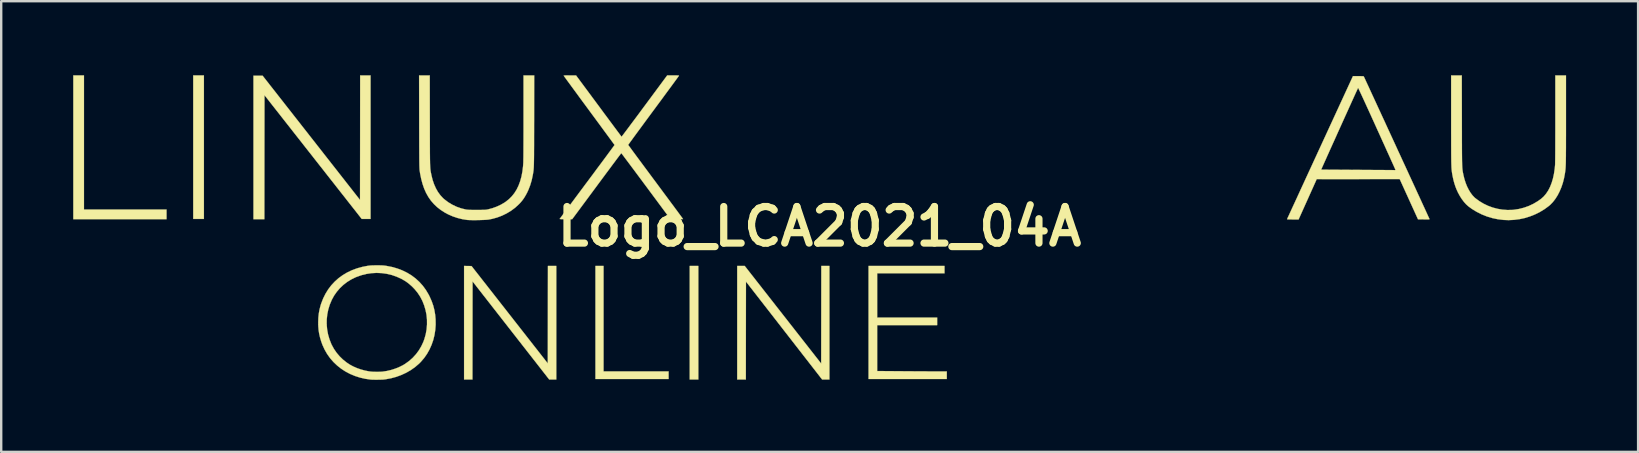
<source format=kicad_pcb>
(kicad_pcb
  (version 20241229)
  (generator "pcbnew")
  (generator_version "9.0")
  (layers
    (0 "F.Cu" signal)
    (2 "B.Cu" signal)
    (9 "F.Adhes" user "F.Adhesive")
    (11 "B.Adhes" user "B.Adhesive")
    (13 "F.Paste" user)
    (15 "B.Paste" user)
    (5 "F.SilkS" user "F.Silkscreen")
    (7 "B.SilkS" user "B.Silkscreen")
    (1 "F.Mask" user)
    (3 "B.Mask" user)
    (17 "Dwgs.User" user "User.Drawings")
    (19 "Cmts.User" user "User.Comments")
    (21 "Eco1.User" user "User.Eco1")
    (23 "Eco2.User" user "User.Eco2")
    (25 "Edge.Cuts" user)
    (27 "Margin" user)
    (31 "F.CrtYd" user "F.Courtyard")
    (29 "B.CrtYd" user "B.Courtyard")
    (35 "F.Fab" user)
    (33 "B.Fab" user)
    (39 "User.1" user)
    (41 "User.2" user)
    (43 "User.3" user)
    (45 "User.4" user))
  (footprint "Logo_LCA2021_04A"
    (layer "F.Cu")
    (at 31.101 6.391)
    (property "Reference" "Logo_LCA2021_04A" (at 0 0 0) (layer "F.SilkS") (effects (font (size 1.524 1.524) (thickness 0.3))))
    (attr through_hole)
    (fp_poly (pts (xy 19.386 -5.887) (xy 15.829 -5.887) (xy 15.829 -3.356) (xy 19.016 -3.356) (xy 19.016 -2.943) (xy 15.829 -2.943) (xy 15.829 -0.307) (xy 15.384 -0.307) (xy 15.384 -6.289) (xy 19.386 -6.289) (xy 19.386 -5.887)) (stroke (width 0.01) (type solid)) (fill yes) (layer "F.Mask"))
    (fp_poly (pts (xy 20.339 6.374) (xy 19.99 6.374) (xy 19.99 1.959) (xy 18.836 1.959) (xy 18.836 1.652) (xy 19.125 1.652) (xy 19.202 1.652) (xy 19.296 1.651) (xy 19.402 1.65) (xy 19.516 1.649) (xy 19.634 1.648) (xy 19.751 1.646) (xy 19.863 1.645) (xy 19.877 1.645) (xy 20.339 1.638) (xy 20.339 6.374)) (stroke (width 0.01) (type solid)) (fill yes) (layer "F.Mask"))
    (fp_poly (pts (xy 13.319 -0.318) (xy 13.131 -0.318) (xy 12.944 -0.319) (xy 10.927 -2.897) (xy 8.91 -5.475) (xy 8.907 -2.891) (xy 8.904 -0.307) (xy 8.46 -0.307) (xy 8.46 -6.29) (xy 8.647 -6.287) (xy 8.834 -6.284) (xy 10.846 -3.702) (xy 12.859 -1.119) (xy 12.861 -3.71) (xy 12.864 -6.3) (xy 13.319 -6.3) (xy 13.319 -0.318)) (stroke (width 0.01) (type solid)) (fill yes) (layer "F.Mask"))
    (fp_poly (pts (xy 16.874 1.6) (xy 16.962 1.602) (xy 17.04 1.607) (xy 17.102 1.613) (xy 17.11 1.614) (xy 17.264 1.646) (xy 17.414 1.69) (xy 17.559 1.747) (xy 17.693 1.815) (xy 17.815 1.892) (xy 17.921 1.977) (xy 17.957 2.012) (xy 18.055 2.126) (xy 18.137 2.253) (xy 18.201 2.39) (xy 18.248 2.534) (xy 18.275 2.684) (xy 18.283 2.838) (xy 18.281 2.896) (xy 18.265 3.047) (xy 18.238 3.19) (xy 18.199 3.328) (xy 18.145 3.463) (xy 18.076 3.598) (xy 17.991 3.737) (xy 17.889 3.883) (xy 17.882 3.893) (xy 17.86 3.92) (xy 17.839 3.948) (xy 17.816 3.976) (xy 17.791 4.005) (xy 17.764 4.037) (xy 17.732 4.072) (xy 17.696 4.111) (xy 17.654 4.156) (xy 17.606 4.206) (xy 17.55 4.263) (xy 17.487 4.328) (xy 17.414 4.401) (xy 17.332 4.483) (xy 17.239 4.576) (xy 17.134 4.68) (xy 17.018 4.796) (xy 16.888 4.925) (xy 16.744 5.068) (xy 16.714 5.098) (xy 15.795 6.009) (xy 16.265 6.015) (xy 16.352 6.016) (xy 16.458 6.017) (xy 16.58 6.019) (xy 16.714 6.02) (xy 16.857 6.022) (xy 17.008 6.024) (xy 17.163 6.025) (xy 17.319 6.027) (xy 17.473 6.028) (xy 17.621 6.03) (xy 18.507 6.038) (xy 18.507 6.353) (xy 15.268 6.353) (xy 15.268 6.092) (xy 16.353 5.014) (xy 16.512 4.856) (xy 16.661 4.707) (xy 16.8 4.568) (xy 16.929 4.44) (xy 17.047 4.322) (xy 17.152 4.215) (xy 17.246 4.12) (xy 17.328 4.037) (xy 17.396 3.967) (xy 17.451 3.909) (xy 17.492 3.866) (xy 17.518 3.837) (xy 17.525 3.829) (xy 17.582 3.755) (xy 17.639 3.676) (xy 17.694 3.596) (xy 17.742 3.52) (xy 17.78 3.454) (xy 17.793 3.43) (xy 17.821 3.365) (xy 17.85 3.287) (xy 17.876 3.204) (xy 17.896 3.123) (xy 17.905 3.081) (xy 17.913 3.018) (xy 17.917 2.944) (xy 17.919 2.865) (xy 17.917 2.787) (xy 17.913 2.715) (xy 17.905 2.656) (xy 17.9 2.631) (xy 17.87 2.54) (xy 17.827 2.445) (xy 17.775 2.355) (xy 17.726 2.286) (xy 17.649 2.205) (xy 17.554 2.132) (xy 17.444 2.068) (xy 17.322 2.014) (xy 17.191 1.97) (xy 17.053 1.94) (xy 16.961 1.927) (xy 16.907 1.924) (xy 16.837 1.923) (xy 16.756 1.924) (xy 16.669 1.926) (xy 16.581 1.93) (xy 16.498 1.936) (xy 16.424 1.942) (xy 16.365 1.95) (xy 16.353 1.952) (xy 16.176 1.991) (xy 16.016 2.04) (xy 15.87 2.101) (xy 15.735 2.175) (xy 15.609 2.264) (xy 15.489 2.369) (xy 15.489 2.369) (xy 15.384 2.469) (xy 15.277 2.376) (xy 15.236 2.34) (xy 15.2 2.308) (xy 15.172 2.284) (xy 15.155 2.27) (xy 15.154 2.269) (xy 15.145 2.256) (xy 15.147 2.238) (xy 15.161 2.214) (xy 15.19 2.182) (xy 15.233 2.141) (xy 15.273 2.104) (xy 15.427 1.981) (xy 15.593 1.875) (xy 15.771 1.786) (xy 15.962 1.714) (xy 16.165 1.659) (xy 16.381 1.621) (xy 16.428 1.615) (xy 16.501 1.608) (xy 16.588 1.603) (xy 16.681 1.6) (xy 16.778 1.599) (xy 16.874 1.6)) (stroke (width 0.01) (type solid)) (fill yes) (layer "F.Mask"))
    (fp_poly (pts (xy 8.771 1.6) (xy 8.818 1.601) (xy 8.858 1.604) (xy 8.897 1.608) (xy 8.936 1.614) (xy 8.967 1.619) (xy 9.116 1.651) (xy 9.263 1.697) (xy 9.403 1.754) (xy 9.534 1.822) (xy 9.652 1.897) (xy 9.754 1.98) (xy 9.796 2.021) (xy 9.897 2.14) (xy 9.978 2.267) (xy 10.039 2.403) (xy 10.081 2.547) (xy 10.104 2.7) (xy 10.108 2.758) (xy 10.106 2.943) (xy 10.083 3.124) (xy 10.039 3.302) (xy 10 3.415) (xy 9.966 3.492) (xy 9.919 3.579) (xy 9.862 3.675) (xy 9.796 3.775) (xy 9.725 3.875) (xy 9.651 3.973) (xy 9.575 4.064) (xy 9.554 4.088) (xy 9.537 4.106) (xy 9.506 4.138) (xy 9.462 4.182) (xy 9.407 4.239) (xy 9.34 4.306) (xy 9.263 4.383) (xy 9.177 4.469) (xy 9.084 4.563) (xy 8.983 4.664) (xy 8.876 4.77) (xy 8.764 4.882) (xy 8.648 4.997) (xy 8.556 5.089) (xy 7.631 6.009) (xy 8.101 6.015) (xy 8.189 6.016) (xy 8.295 6.017) (xy 8.417 6.019) (xy 8.551 6.02) (xy 8.695 6.022) (xy 8.846 6.024) (xy 9 6.025) (xy 9.156 6.027) (xy 9.31 6.028) (xy 9.452 6.03) (xy 10.334 6.038) (xy 10.334 6.353) (xy 7.104 6.353) (xy 7.104 6.09) (xy 8.179 5.022) (xy 8.307 4.896) (xy 8.431 4.772) (xy 8.551 4.652) (xy 8.667 4.536) (xy 8.776 4.427) (xy 8.878 4.324) (xy 8.973 4.229) (xy 9.059 4.142) (xy 9.135 4.065) (xy 9.2 3.998) (xy 9.254 3.942) (xy 9.296 3.899) (xy 9.324 3.869) (xy 9.336 3.856) (xy 9.444 3.717) (xy 9.534 3.586) (xy 9.608 3.459) (xy 9.665 3.334) (xy 9.707 3.21) (xy 9.735 3.083) (xy 9.749 2.951) (xy 9.752 2.859) (xy 9.748 2.741) (xy 9.733 2.638) (xy 9.707 2.543) (xy 9.668 2.451) (xy 9.635 2.391) (xy 9.563 2.291) (xy 9.473 2.2) (xy 9.368 2.12) (xy 9.249 2.053) (xy 9.117 1.998) (xy 8.974 1.956) (xy 8.822 1.93) (xy 8.802 1.928) (xy 8.745 1.924) (xy 8.673 1.922) (xy 8.589 1.923) (xy 8.499 1.926) (xy 8.409 1.93) (xy 8.322 1.936) (xy 8.245 1.944) (xy 8.182 1.952) (xy 8.179 1.953) (xy 8.021 1.988) (xy 7.867 2.034) (xy 7.724 2.092) (xy 7.594 2.158) (xy 7.578 2.167) (xy 7.525 2.202) (xy 7.464 2.246) (xy 7.402 2.295) (xy 7.342 2.345) (xy 7.292 2.391) (xy 7.261 2.423) (xy 7.238 2.447) (xy 7.222 2.463) (xy 7.216 2.467) (xy 7.207 2.46) (xy 7.186 2.443) (xy 7.155 2.417) (xy 7.119 2.385) (xy 7.08 2.351) (xy 7.042 2.317) (xy 7.008 2.287) (xy 6.982 2.263) (xy 6.978 2.259) (xy 6.972 2.25) (xy 6.974 2.238) (xy 6.988 2.22) (xy 7.014 2.191) (xy 7.02 2.185) (xy 7.163 2.054) (xy 7.318 1.94) (xy 7.486 1.842) (xy 7.667 1.76) (xy 7.861 1.695) (xy 7.902 1.683) (xy 7.992 1.661) (xy 8.072 1.643) (xy 8.149 1.629) (xy 8.227 1.618) (xy 8.31 1.611) (xy 8.403 1.606) (xy 8.511 1.602) (xy 8.555 1.602) (xy 8.643 1.6) (xy 8.714 1.599) (xy 8.771 1.6)) (stroke (width 0.01) (type solid)) (fill yes) (layer "F.Mask"))
    (fp_poly (pts (xy -2.02 -6.336) (xy -1.759 -6.316) (xy -1.499 -6.277) (xy -1.242 -6.218) (xy -1.149 -6.192) (xy -0.974 -6.131) (xy -0.798 -6.056) (xy -0.627 -5.967) (xy -0.462 -5.868) (xy -0.308 -5.76) (xy -0.169 -5.645) (xy -0.08 -5.56) (xy -0.028 -5.507) (xy -0.069 -5.461) (xy -0.092 -5.436) (xy -0.125 -5.4) (xy -0.164 -5.357) (xy -0.205 -5.313) (xy -0.209 -5.308) (xy -0.309 -5.2) (xy -0.406 -5.286) (xy -0.589 -5.434) (xy -0.781 -5.563) (xy -0.982 -5.673) (xy -1.192 -5.764) (xy -1.411 -5.836) (xy -1.64 -5.889) (xy -1.736 -5.905) (xy -1.8 -5.912) (xy -1.88 -5.918) (xy -1.972 -5.921) (xy -2.072 -5.923) (xy -2.174 -5.923) (xy -2.275 -5.922) (xy -2.369 -5.918) (xy -2.452 -5.913) (xy -2.52 -5.906) (xy -2.526 -5.905) (xy -2.768 -5.861) (xy -3 -5.798) (xy -3.222 -5.718) (xy -3.432 -5.621) (xy -3.63 -5.508) (xy -3.815 -5.379) (xy -3.987 -5.235) (xy -4.145 -5.077) (xy -4.288 -4.906) (xy -4.416 -4.721) (xy -4.528 -4.524) (xy -4.624 -4.315) (xy -4.702 -4.095) (xy -4.763 -3.864) (xy -4.793 -3.704) (xy -4.801 -3.639) (xy -4.807 -3.557) (xy -4.811 -3.464) (xy -4.813 -3.364) (xy -4.813 -3.261) (xy -4.812 -3.16) (xy -4.808 -3.065) (xy -4.803 -2.981) (xy -4.795 -2.912) (xy -4.793 -2.896) (xy -4.743 -2.656) (xy -4.677 -2.428) (xy -4.594 -2.213) (xy -4.493 -2.01) (xy -4.375 -1.817) (xy -4.239 -1.636) (xy -4.098 -1.479) (xy -3.954 -1.34) (xy -3.807 -1.219) (xy -3.653 -1.111) (xy -3.487 -1.014) (xy -3.432 -0.986) (xy -3.233 -0.893) (xy -3.035 -0.818) (xy -2.836 -0.759) (xy -2.632 -0.717) (xy -2.42 -0.691) (xy -2.198 -0.68) (xy -2.022 -0.681) (xy -1.903 -0.686) (xy -1.799 -0.693) (xy -1.703 -0.704) (xy -1.609 -0.72) (xy -1.511 -0.74) (xy -1.446 -0.756) (xy -1.254 -0.814) (xy -1.064 -0.889) (xy -0.879 -0.978) (xy -0.704 -1.08) (xy -0.542 -1.194) (xy -0.395 -1.317) (xy -0.389 -1.323) (xy -0.357 -1.352) (xy -0.33 -1.374) (xy -0.313 -1.386) (xy -0.31 -1.387) (xy -0.299 -1.38) (xy -0.277 -1.36) (xy -0.246 -1.33) (xy -0.21 -1.294) (xy -0.171 -1.255) (xy -0.131 -1.214) (xy -0.095 -1.176) (xy -0.064 -1.143) (xy -0.043 -1.118) (xy -0.032 -1.104) (xy -0.032 -1.102) (xy -0.04 -1.089) (xy -0.061 -1.066) (xy -0.095 -1.034) (xy -0.136 -0.996) (xy -0.184 -0.954) (xy -0.235 -0.912) (xy -0.286 -0.87) (xy -0.328 -0.838) (xy -0.515 -0.71) (xy -0.714 -0.598) (xy -0.927 -0.503) (xy -1.153 -0.423) (xy -1.393 -0.359) (xy -1.647 -0.31) (xy -1.706 -0.301) (xy -1.747 -0.297) (xy -1.805 -0.293) (xy -1.876 -0.289) (xy -1.956 -0.286) (xy -2.042 -0.283) (xy -2.129 -0.28) (xy -2.215 -0.279) (xy -2.295 -0.278) (xy -2.365 -0.278) (xy -2.421 -0.279) (xy -2.461 -0.282) (xy -2.462 -0.282) (xy -2.659 -0.305) (xy -2.842 -0.336) (xy -3.015 -0.374) (xy -3.183 -0.422) (xy -3.351 -0.48) (xy -3.462 -0.523) (xy -3.681 -0.624) (xy -3.89 -0.743) (xy -4.087 -0.878) (xy -4.272 -1.03) (xy -4.444 -1.196) (xy -4.601 -1.375) (xy -4.744 -1.568) (xy -4.872 -1.773) (xy -4.983 -1.988) (xy -5.077 -2.213) (xy -5.153 -2.447) (xy -5.197 -2.626) (xy -5.213 -2.706) (xy -5.227 -2.778) (xy -5.237 -2.847) (xy -5.245 -2.916) (xy -5.25 -2.99) (xy -5.254 -3.071) (xy -5.255 -3.165) (xy -5.256 -3.275) (xy -5.256 -3.309) (xy -5.255 -3.431) (xy -5.253 -3.537) (xy -5.249 -3.63) (xy -5.242 -3.714) (xy -5.233 -3.793) (xy -5.22 -3.871) (xy -5.203 -3.953) (xy -5.183 -4.043) (xy -5.178 -4.061) (xy -5.109 -4.301) (xy -5.021 -4.531) (xy -4.916 -4.753) (xy -4.794 -4.963) (xy -4.655 -5.162) (xy -4.501 -5.348) (xy -4.332 -5.52) (xy -4.15 -5.678) (xy -3.954 -5.821) (xy -3.746 -5.947) (xy -3.533 -6.053) (xy -3.296 -6.148) (xy -3.051 -6.223) (xy -2.799 -6.28) (xy -2.542 -6.318) (xy -2.282 -6.337) (xy -2.02 -6.336)) (stroke (width 0.01) (type solid)) (fill yes) (layer "F.Mask"))
    (fp_poly (pts (xy 4.102 -6.385) (xy 4.205 -6.381) (xy 4.299 -6.376) (xy 4.366 -6.369) (xy 4.61 -6.328) (xy 4.849 -6.267) (xy 5.082 -6.186) (xy 5.307 -6.086) (xy 5.525 -5.967) (xy 5.734 -5.829) (xy 5.933 -5.673) (xy 6.123 -5.499) (xy 6.302 -5.308) (xy 6.315 -5.293) (xy 6.472 -5.093) (xy 6.611 -4.885) (xy 6.731 -4.668) (xy 6.832 -4.444) (xy 6.913 -4.213) (xy 6.975 -3.977) (xy 7.017 -3.737) (xy 7.039 -3.493) (xy 7.04 -3.247) (xy 7.021 -2.999) (xy 7.002 -2.869) (xy 6.957 -2.652) (xy 6.893 -2.433) (xy 6.81 -2.215) (xy 6.712 -2.001) (xy 6.599 -1.794) (xy 6.472 -1.597) (xy 6.34 -1.422) (xy 6.16 -1.216) (xy 5.972 -1.029) (xy 5.775 -0.861) (xy 5.567 -0.711) (xy 5.35 -0.579) (xy 5.204 -0.503) (xy 4.985 -0.404) (xy 4.77 -0.325) (xy 4.554 -0.263) (xy 4.335 -0.219) (xy 4.163 -0.196) (xy 4.1 -0.19) (xy 4.024 -0.186) (xy 3.94 -0.184) (xy 3.854 -0.182) (xy 3.771 -0.182) (xy 3.697 -0.183) (xy 3.637 -0.187) (xy 3.626 -0.187) (xy 3.378 -0.22) (xy 3.134 -0.272) (xy 2.896 -0.344) (xy 2.666 -0.434) (xy 2.446 -0.542) (xy 2.236 -0.668) (xy 2.086 -0.774) (xy 1.882 -0.941) (xy 1.695 -1.119) (xy 1.527 -1.309) (xy 1.375 -1.511) (xy 1.242 -1.723) (xy 1.128 -1.946) (xy 1.031 -2.179) (xy 0.954 -2.422) (xy 0.895 -2.675) (xy 0.876 -2.779) (xy 0.867 -2.856) (xy 0.859 -2.95) (xy 0.854 -3.054) (xy 0.851 -3.165) (xy 0.851 -3.277) (xy 0.853 -3.386) (xy 0.858 -3.486) (xy 0.865 -3.575) (xy 0.872 -3.632) (xy 0.91 -3.836) (xy 0.957 -4.027) (xy 1.016 -4.211) (xy 1.088 -4.395) (xy 1.143 -4.517) (xy 1.176 -4.583) (xy 1.211 -4.651) (xy 1.247 -4.716) (xy 1.281 -4.776) (xy 1.312 -4.826) (xy 1.337 -4.862) (xy 1.343 -4.87) (xy 1.365 -4.897) (xy 1.513 -4.749) (xy 1.559 -4.703) (xy 1.599 -4.662) (xy 1.631 -4.629) (xy 1.653 -4.605) (xy 1.662 -4.593) (xy 1.662 -4.593) (xy 1.657 -4.581) (xy 1.644 -4.554) (xy 1.623 -4.518) (xy 1.599 -4.474) (xy 1.598 -4.473) (xy 1.494 -4.272) (xy 1.41 -4.062) (xy 1.345 -3.844) (xy 1.299 -3.617) (xy 1.291 -3.557) (xy 1.285 -3.495) (xy 1.281 -3.418) (xy 1.278 -3.331) (xy 1.278 -3.24) (xy 1.279 -3.151) (xy 1.283 -3.069) (xy 1.288 -3.001) (xy 1.291 -2.975) (xy 1.329 -2.757) (xy 1.385 -2.537) (xy 1.457 -2.325) (xy 1.488 -2.249) (xy 1.58 -2.054) (xy 1.692 -1.865) (xy 1.821 -1.682) (xy 1.966 -1.509) (xy 2.125 -1.347) (xy 2.296 -1.197) (xy 2.477 -1.062) (xy 2.667 -0.944) (xy 2.684 -0.935) (xy 2.869 -0.843) (xy 3.067 -0.763) (xy 3.271 -0.698) (xy 3.477 -0.65) (xy 3.559 -0.636) (xy 3.655 -0.624) (xy 3.763 -0.615) (xy 3.877 -0.611) (xy 3.987 -0.611) (xy 4.079 -0.615) (xy 4.27 -0.634) (xy 4.451 -0.665) (xy 4.626 -0.711) (xy 4.8 -0.772) (xy 4.979 -0.85) (xy 5.015 -0.867) (xy 5.236 -0.986) (xy 5.442 -1.121) (xy 5.635 -1.272) (xy 5.812 -1.438) (xy 5.976 -1.619) (xy 6.124 -1.816) (xy 6.232 -1.984) (xy 6.347 -2.194) (xy 6.44 -2.408) (xy 6.513 -2.625) (xy 6.565 -2.845) (xy 6.596 -3.066) (xy 6.606 -3.289) (xy 6.596 -3.514) (xy 6.564 -3.739) (xy 6.511 -3.964) (xy 6.475 -4.082) (xy 6.39 -4.304) (xy 6.287 -4.518) (xy 6.165 -4.72) (xy 6.026 -4.912) (xy 5.871 -5.091) (xy 5.7 -5.257) (xy 5.514 -5.409) (xy 5.389 -5.497) (xy 5.204 -5.61) (xy 5.008 -5.708) (xy 4.804 -5.792) (xy 4.597 -5.858) (xy 4.391 -5.906) (xy 4.357 -5.912) (xy 4.15 -5.938) (xy 3.94 -5.945) (xy 3.729 -5.935) (xy 3.521 -5.908) (xy 3.319 -5.863) (xy 3.126 -5.802) (xy 3.082 -5.785) (xy 2.929 -5.719) (xy 2.793 -5.65) (xy 2.714 -5.605) (xy 2.678 -5.584) (xy 2.649 -5.568) (xy 2.632 -5.559) (xy 2.629 -5.559) (xy 2.619 -5.566) (xy 2.597 -5.585) (xy 2.566 -5.615) (xy 2.529 -5.651) (xy 2.489 -5.691) (xy 2.447 -5.732) (xy 2.408 -5.772) (xy 2.374 -5.807) (xy 2.348 -5.835) (xy 2.332 -5.853) (xy 2.329 -5.858) (xy 2.338 -5.868) (xy 2.362 -5.886) (xy 2.4 -5.911) (xy 2.446 -5.94) (xy 2.5 -5.973) (xy 2.558 -6.006) (xy 2.57 -6.012) (xy 2.779 -6.117) (xy 2.999 -6.207) (xy 3.227 -6.28) (xy 3.457 -6.335) (xy 3.687 -6.371) (xy 3.711 -6.374) (xy 3.793 -6.38) (xy 3.89 -6.384) (xy 3.995 -6.386) (xy 4.102 -6.385)) (stroke (width 0.01) (type solid)) (fill yes) (layer "F.Mask"))
    (fp_poly (pts (xy 12.871 1.605) (xy 12.934 1.606) (xy 12.985 1.609) (xy 13.028 1.612) (xy 13.067 1.617) (xy 13.107 1.624) (xy 13.129 1.629) (xy 13.319 1.68) (xy 13.497 1.748) (xy 13.663 1.834) (xy 13.817 1.937) (xy 13.96 2.058) (xy 14.091 2.197) (xy 14.21 2.353) (xy 14.233 2.388) (xy 14.322 2.538) (xy 14.401 2.707) (xy 14.471 2.892) (xy 14.531 3.091) (xy 14.58 3.303) (xy 14.617 3.527) (xy 14.618 3.531) (xy 14.625 3.601) (xy 14.631 3.687) (xy 14.635 3.786) (xy 14.637 3.893) (xy 14.637 4.003) (xy 14.636 4.113) (xy 14.634 4.219) (xy 14.629 4.315) (xy 14.623 4.397) (xy 14.618 4.442) (xy 14.582 4.66) (xy 14.535 4.869) (xy 14.476 5.068) (xy 14.407 5.253) (xy 14.327 5.425) (xy 14.238 5.58) (xy 14.141 5.718) (xy 14.137 5.723) (xy 14.006 5.871) (xy 13.866 6) (xy 13.717 6.11) (xy 13.559 6.201) (xy 13.391 6.274) (xy 13.213 6.327) (xy 13.026 6.362) (xy 12.923 6.373) (xy 12.87 6.377) (xy 12.823 6.381) (xy 12.786 6.383) (xy 12.766 6.383) (xy 12.765 6.383) (xy 12.744 6.381) (xy 12.709 6.379) (xy 12.665 6.375) (xy 12.645 6.373) (xy 12.486 6.352) (xy 12.327 6.316) (xy 12.172 6.265) (xy 12.026 6.202) (xy 11.918 6.143) (xy 11.883 6.122) (xy 11.854 6.107) (xy 11.836 6.099) (xy 11.834 6.099) (xy 11.821 6.092) (xy 11.797 6.076) (xy 11.775 6.059) (xy 11.634 5.937) (xy 11.512 5.811) (xy 11.405 5.677) (xy 11.311 5.532) (xy 11.228 5.374) (xy 11.143 5.174) (xy 11.071 4.96) (xy 11.015 4.735) (xy 10.974 4.503) (xy 10.959 4.374) (xy 10.955 4.32) (xy 10.952 4.249) (xy 10.95 4.166) (xy 10.948 4.074) (xy 10.948 4.05) (xy 11.298 4.05) (xy 11.3 4.16) (xy 11.305 4.259) (xy 11.307 4.289) (xy 11.332 4.502) (xy 11.368 4.705) (xy 11.417 4.898) (xy 11.477 5.078) (xy 11.547 5.243) (xy 11.627 5.392) (xy 11.658 5.441) (xy 11.702 5.502) (xy 11.759 5.571) (xy 11.823 5.642) (xy 11.888 5.709) (xy 11.952 5.769) (xy 12.006 5.813) (xy 12.09 5.868) (xy 12.189 5.921) (xy 12.296 5.968) (xy 12.406 6.006) (xy 12.512 6.034) (xy 12.568 6.045) (xy 12.61 6.051) (xy 12.648 6.057) (xy 12.672 6.061) (xy 12.674 6.061) (xy 12.709 6.064) (xy 12.76 6.064) (xy 12.821 6.062) (xy 12.887 6.057) (xy 12.954 6.051) (xy 13.015 6.044) (xy 13.062 6.036) (xy 13.226 5.992) (xy 13.378 5.931) (xy 13.52 5.851) (xy 13.652 5.753) (xy 13.774 5.636) (xy 13.885 5.501) (xy 13.93 5.437) (xy 13.998 5.322) (xy 14.062 5.19) (xy 14.12 5.041) (xy 14.171 4.879) (xy 14.215 4.706) (xy 14.251 4.524) (xy 14.258 4.479) (xy 14.265 4.422) (xy 14.271 4.347) (xy 14.275 4.26) (xy 14.277 4.162) (xy 14.279 4.059) (xy 14.279 3.954) (xy 14.278 3.85) (xy 14.275 3.752) (xy 14.271 3.664) (xy 14.266 3.588) (xy 14.26 3.53) (xy 14.259 3.528) (xy 14.234 3.383) (xy 14.201 3.236) (xy 14.162 3.092) (xy 14.119 2.955) (xy 14.073 2.832) (xy 14.039 2.756) (xy 13.974 2.635) (xy 13.894 2.515) (xy 13.801 2.399) (xy 13.701 2.293) (xy 13.597 2.203) (xy 13.584 2.193) (xy 13.475 2.122) (xy 13.351 2.059) (xy 13.215 2.006) (xy 13.071 1.964) (xy 13.039 1.957) (xy 12.991 1.95) (xy 12.927 1.945) (xy 12.853 1.943) (xy 12.774 1.943) (xy 12.696 1.945) (xy 12.623 1.949) (xy 12.562 1.956) (xy 12.529 1.962) (xy 12.361 2.008) (xy 12.205 2.072) (xy 12.06 2.154) (xy 11.927 2.254) (xy 11.806 2.37) (xy 11.697 2.502) (xy 11.602 2.651) (xy 11.519 2.815) (xy 11.461 2.965) (xy 11.427 3.072) (xy 11.395 3.192) (xy 11.365 3.318) (xy 11.341 3.441) (xy 11.328 3.515) (xy 11.318 3.602) (xy 11.309 3.704) (xy 11.303 3.816) (xy 11.299 3.934) (xy 11.298 4.05) (xy 10.948 4.05) (xy 10.948 3.98) (xy 10.949 3.886) (xy 10.95 3.798) (xy 10.953 3.72) (xy 10.956 3.656) (xy 10.959 3.63) (xy 10.986 3.419) (xy 11.026 3.214) (xy 11.078 3.015) (xy 11.141 2.827) (xy 11.214 2.649) (xy 11.297 2.486) (xy 11.388 2.339) (xy 11.449 2.257) (xy 11.576 2.11) (xy 11.711 1.983) (xy 11.855 1.875) (xy 12.01 1.784) (xy 12.176 1.71) (xy 12.355 1.653) (xy 12.454 1.629) (xy 12.494 1.62) (xy 12.533 1.614) (xy 12.573 1.61) (xy 12.62 1.607) (xy 12.677 1.606) (xy 12.749 1.605) (xy 12.79 1.605) (xy 12.871 1.605)) (stroke (width 0.01) (type solid)) (fill yes) (layer "F.Mask"))
    (fp_poly (pts (xy -25.654 -0.318) (xy -26.099 -0.318) (xy -26.099 -6.3) (xy -25.654 -6.3) (xy -25.654 -0.318)) (stroke (width 0.01) (type solid)) (fill yes) (layer "F.SilkS"))
    (fp_poly (pts (xy -5.05 6.374) (xy -5.41 6.374) (xy -5.41 1.641) (xy -5.05 1.641) (xy -5.05 6.374)) (stroke (width 0.01) (type solid)) (fill yes) (layer "F.SilkS"))
    (fp_poly (pts (xy -30.652 -0.709) (xy -27.211 -0.709) (xy -27.211 -0.307) (xy -31.096 -0.307) (xy -31.096 -6.3) (xy -30.652 -6.3) (xy -30.652 -0.709)) (stroke (width 0.01) (type solid)) (fill yes) (layer "F.SilkS"))
    (fp_poly (pts (xy -9 6.035) (xy -6.289 6.035) (xy -6.289 6.353) (xy -9.338 6.353) (xy -9.338 1.641) (xy -9 1.641) (xy -9 6.035)) (stroke (width 0.01) (type solid)) (fill yes) (layer "F.SilkS"))
    (fp_poly (pts (xy -14.501 1.646) (xy -12.912 3.675) (xy -11.324 5.703) (xy -11.321 3.672) (xy -11.318 1.641) (xy -10.969 1.641) (xy -10.969 6.374) (xy -11.264 6.374) (xy -14.458 2.286) (xy -14.463 6.374) (xy -14.812 6.374) (xy -14.812 1.641) (xy -14.501 1.646)) (stroke (width 0.01) (type solid)) (fill yes) (layer "F.SilkS"))
    (fp_poly (pts (xy 0.069 5.709) (xy 0.074 1.641) (xy 0.413 1.641) (xy 0.413 6.374) (xy 0.109 6.374) (xy -1.478 4.333) (xy -3.065 2.293) (xy -3.068 4.333) (xy -3.07 6.374) (xy -3.43 6.374) (xy -3.43 1.641) (xy -3.117 1.641) (xy 0.069 5.709)) (stroke (width 0.01) (type solid)) (fill yes) (layer "F.SilkS"))
    (fp_poly (pts (xy -18.709 -0.318) (xy -19.078 -0.318) (xy -23.129 -5.474) (xy -23.132 -2.89) (xy -23.134 -0.307) (xy -23.589 -0.307) (xy -23.589 -6.289) (xy -23.21 -6.289) (xy -21.179 -3.699) (xy -19.148 -1.108) (xy -19.145 -3.704) (xy -19.143 -6.3) (xy -18.709 -6.3) (xy -18.709 -0.318)) (stroke (width 0.01) (type solid)) (fill yes) (layer "F.SilkS"))
    (fp_poly (pts (xy 5.209 1.948) (xy 2.403 1.948) (xy 2.403 3.79) (xy 4.902 3.79) (xy 4.902 4.108) (xy 2.403 4.108) (xy 2.403 6.021) (xy 3.317 6.028) (xy 3.47 6.029) (xy 3.63 6.03) (xy 3.793 6.031) (xy 3.955 6.032) (xy 4.115 6.033) (xy 4.268 6.034) (xy 4.413 6.034) (xy 4.545 6.035) (xy 4.662 6.035) (xy 4.762 6.035) (xy 4.767 6.035) (xy 5.304 6.035) (xy 5.304 6.353) (xy 2.043 6.353) (xy 2.043 1.641) (xy 5.209 1.641) (xy 5.209 1.948)) (stroke (width 0.01) (type solid)) (fill yes) (layer "F.SilkS"))
    (fp_poly (pts (xy 26.769 -4.407) (xy 26.769 -4.169) (xy 26.77 -3.95) (xy 26.77 -3.751) (xy 26.77 -3.57) (xy 26.771 -3.406) (xy 26.771 -3.258) (xy 26.772 -3.125) (xy 26.773 -3.006) (xy 26.774 -2.9) (xy 26.775 -2.807) (xy 26.776 -2.724) (xy 26.778 -2.65) (xy 26.779 -2.586) (xy 26.782 -2.53) (xy 26.784 -2.481) (xy 26.787 -2.437) (xy 26.791 -2.398) (xy 26.794 -2.363) (xy 26.799 -2.331) (xy 26.803 -2.3) (xy 26.809 -2.271) (xy 26.814 -2.24) (xy 26.821 -2.209) (xy 26.828 -2.175) (xy 26.835 -2.139) (xy 26.875 -1.977) (xy 26.925 -1.821) (xy 26.984 -1.673) (xy 27.052 -1.537) (xy 27.127 -1.413) (xy 27.208 -1.304) (xy 27.293 -1.214) (xy 27.327 -1.185) (xy 27.492 -1.062) (xy 27.67 -0.955) (xy 27.857 -0.865) (xy 28.052 -0.793) (xy 28.253 -0.74) (xy 28.458 -0.705) (xy 28.665 -0.69) (xy 28.871 -0.694) (xy 28.927 -0.699) (xy 29.143 -0.732) (xy 29.352 -0.785) (xy 29.555 -0.857) (xy 29.75 -0.949) (xy 29.935 -1.059) (xy 30.068 -1.154) (xy 30.178 -1.252) (xy 30.277 -1.369) (xy 30.366 -1.502) (xy 30.443 -1.653) (xy 30.509 -1.82) (xy 30.564 -2.004) (xy 30.607 -2.203) (xy 30.638 -2.417) (xy 30.651 -2.551) (xy 30.653 -2.583) (xy 30.654 -2.635) (xy 30.655 -2.708) (xy 30.657 -2.802) (xy 30.658 -2.915) (xy 30.659 -3.047) (xy 30.66 -3.199) (xy 30.66 -3.369) (xy 30.661 -3.558) (xy 30.661 -3.765) (xy 30.662 -3.989) (xy 30.662 -4.231) (xy 30.662 -4.491) (xy 30.662 -6.3) (xy 31.107 -6.3) (xy 31.107 -4.464) (xy 31.107 -4.224) (xy 31.107 -4.004) (xy 31.107 -3.803) (xy 31.106 -3.62) (xy 31.106 -3.454) (xy 31.106 -3.304) (xy 31.105 -3.169) (xy 31.104 -3.048) (xy 31.104 -2.94) (xy 31.102 -2.843) (xy 31.101 -2.758) (xy 31.1 -2.682) (xy 31.098 -2.615) (xy 31.096 -2.556) (xy 31.093 -2.503) (xy 31.091 -2.456) (xy 31.088 -2.414) (xy 31.084 -2.375) (xy 31.08 -2.338) (xy 31.076 -2.304) (xy 31.071 -2.269) (xy 31.066 -2.234) (xy 31.063 -2.213) (xy 31.025 -2.011) (xy 30.975 -1.816) (xy 30.912 -1.631) (xy 30.838 -1.457) (xy 30.754 -1.295) (xy 30.66 -1.148) (xy 30.558 -1.017) (xy 30.447 -0.903) (xy 30.39 -0.855) (xy 30.212 -0.724) (xy 30.019 -0.607) (xy 29.816 -0.506) (xy 29.604 -0.422) (xy 29.388 -0.355) (xy 29.17 -0.308) (xy 29.167 -0.308) (xy 28.94 -0.279) (xy 28.717 -0.268) (xy 28.503 -0.276) (xy 28.268 -0.305) (xy 28.037 -0.353) (xy 27.812 -0.421) (xy 27.594 -0.508) (xy 27.385 -0.613) (xy 27.186 -0.735) (xy 27.039 -0.842) (xy 26.946 -0.926) (xy 26.854 -1.028) (xy 26.766 -1.145) (xy 26.683 -1.275) (xy 26.607 -1.414) (xy 26.54 -1.56) (xy 26.491 -1.689) (xy 26.451 -1.815) (xy 26.414 -1.954) (xy 26.384 -2.094) (xy 26.369 -2.173) (xy 26.363 -2.208) (xy 26.358 -2.242) (xy 26.353 -2.274) (xy 26.349 -2.307) (xy 26.345 -2.342) (xy 26.341 -2.379) (xy 26.338 -2.42) (xy 26.335 -2.465) (xy 26.333 -2.515) (xy 26.331 -2.573) (xy 26.329 -2.638) (xy 26.327 -2.711) (xy 26.326 -2.794) (xy 26.325 -2.888) (xy 26.324 -2.993) (xy 26.323 -3.112) (xy 26.323 -3.244) (xy 26.322 -3.39) (xy 26.322 -3.553) (xy 26.322 -3.732) (xy 26.321 -3.93) (xy 26.321 -4.146) (xy 26.321 -4.382) (xy 26.321 -4.444) (xy 26.321 -6.3) (xy 26.765 -6.3) (xy 26.769 -4.407)) (stroke (width 0.01) (type solid)) (fill yes) (layer "F.SilkS"))
    (fp_poly (pts (xy -18.353 1.616) (xy -18.279 1.618) (xy -18.217 1.62) (xy -18.161 1.624) (xy -18.108 1.63) (xy -18.052 1.638) (xy -18.047 1.639) (xy -17.814 1.685) (xy -17.593 1.748) (xy -17.383 1.828) (xy -17.186 1.924) (xy -17.002 2.036) (xy -16.832 2.164) (xy -16.675 2.308) (xy -16.532 2.467) (xy -16.404 2.641) (xy -16.291 2.83) (xy -16.247 2.917) (xy -16.163 3.107) (xy -16.097 3.293) (xy -16.049 3.482) (xy -16.016 3.678) (xy -15.999 3.866) (xy -15.996 4.09) (xy -16.012 4.309) (xy -16.046 4.524) (xy -16.098 4.733) (xy -16.168 4.934) (xy -16.255 5.127) (xy -16.358 5.309) (xy -16.477 5.479) (xy -16.611 5.635) (xy -16.687 5.712) (xy -16.851 5.853) (xy -17.03 5.98) (xy -17.221 6.09) (xy -17.423 6.184) (xy -17.635 6.262) (xy -17.855 6.322) (xy -18.082 6.364) (xy -18.163 6.374) (xy -18.203 6.377) (xy -18.258 6.379) (xy -18.326 6.381) (xy -18.399 6.382) (xy -18.475 6.383) (xy -18.548 6.382) (xy -18.613 6.381) (xy -18.666 6.379) (xy -18.698 6.377) (xy -18.93 6.344) (xy -19.153 6.293) (xy -19.366 6.224) (xy -19.568 6.139) (xy -19.76 6.037) (xy -19.939 5.92) (xy -20.105 5.788) (xy -20.258 5.642) (xy -20.396 5.483) (xy -20.519 5.31) (xy -20.625 5.125) (xy -20.715 4.928) (xy -20.766 4.787) (xy -20.815 4.623) (xy -20.851 4.466) (xy -20.875 4.31) (xy -20.888 4.146) (xy -20.889 4.077) (xy -20.537 4.077) (xy -20.519 4.285) (xy -20.481 4.491) (xy -20.423 4.693) (xy -20.346 4.89) (xy -20.328 4.929) (xy -20.236 5.097) (xy -20.126 5.257) (xy -20 5.406) (xy -19.858 5.544) (xy -19.704 5.667) (xy -19.571 5.755) (xy -19.433 5.829) (xy -19.279 5.897) (xy -19.115 5.954) (xy -18.948 6) (xy -18.782 6.033) (xy -18.74 6.039) (xy -18.667 6.047) (xy -18.58 6.052) (xy -18.486 6.054) (xy -18.39 6.054) (xy -18.301 6.052) (xy -18.224 6.047) (xy -18.206 6.045) (xy -18.029 6.018) (xy -17.851 5.976) (xy -17.677 5.92) (xy -17.511 5.853) (xy -17.357 5.776) (xy -17.269 5.722) (xy -17.102 5.602) (xy -16.951 5.468) (xy -16.815 5.319) (xy -16.695 5.157) (xy -16.592 4.983) (xy -16.506 4.797) (xy -16.465 4.682) (xy -16.41 4.488) (xy -16.374 4.287) (xy -16.357 4.083) (xy -16.358 3.878) (xy -16.378 3.676) (xy -16.417 3.483) (xy -16.476 3.283) (xy -16.55 3.097) (xy -16.64 2.924) (xy -16.747 2.762) (xy -16.871 2.61) (xy -16.986 2.492) (xy -17.115 2.379) (xy -17.248 2.281) (xy -17.392 2.196) (xy -17.427 2.177) (xy -17.625 2.088) (xy -17.827 2.018) (xy -18.034 1.969) (xy -18.244 1.94) (xy -18.455 1.931) (xy -18.667 1.942) (xy -18.879 1.974) (xy -19.088 2.026) (xy -19.294 2.099) (xy -19.338 2.117) (xy -19.519 2.206) (xy -19.688 2.311) (xy -19.845 2.433) (xy -19.989 2.569) (xy -20.117 2.719) (xy -20.23 2.881) (xy -20.325 3.054) (xy -20.327 3.06) (xy -20.409 3.255) (xy -20.471 3.456) (xy -20.513 3.661) (xy -20.535 3.869) (xy -20.537 4.077) (xy -20.889 4.077) (xy -20.891 3.997) (xy -20.885 3.807) (xy -20.867 3.629) (xy -20.836 3.456) (xy -20.791 3.284) (xy -20.767 3.209) (xy -20.686 3) (xy -20.589 2.804) (xy -20.476 2.62) (xy -20.347 2.45) (xy -20.203 2.295) (xy -20.045 2.153) (xy -19.872 2.027) (xy -19.687 1.916) (xy -19.488 1.821) (xy -19.278 1.743) (xy -19.056 1.681) (xy -18.841 1.639) (xy -18.784 1.631) (xy -18.731 1.625) (xy -18.676 1.621) (xy -18.614 1.618) (xy -18.541 1.617) (xy -18.452 1.616) (xy -18.444 1.616) (xy -18.353 1.616)) (stroke (width 0.01) (type solid)) (fill yes) (layer "F.SilkS"))
    (fp_poly (pts (xy -16.239 -4.407) (xy -16.238 -4.169) (xy -16.238 -3.95) (xy -16.238 -3.751) (xy -16.237 -3.57) (xy -16.237 -3.406) (xy -16.236 -3.258) (xy -16.236 -3.125) (xy -16.235 -3.006) (xy -16.234 -2.9) (xy -16.233 -2.806) (xy -16.231 -2.723) (xy -16.23 -2.65) (xy -16.228 -2.585) (xy -16.226 -2.529) (xy -16.223 -2.48) (xy -16.22 -2.436) (xy -16.217 -2.397) (xy -16.213 -2.362) (xy -16.209 -2.33) (xy -16.204 -2.3) (xy -16.199 -2.27) (xy -16.193 -2.24) (xy -16.186 -2.209) (xy -16.179 -2.175) (xy -16.172 -2.139) (xy -16.124 -1.944) (xy -16.062 -1.763) (xy -15.988 -1.596) (xy -15.902 -1.444) (xy -15.803 -1.308) (xy -15.694 -1.189) (xy -15.635 -1.137) (xy -15.472 -1.013) (xy -15.299 -0.909) (xy -15.118 -0.823) (xy -14.928 -0.757) (xy -14.769 -0.718) (xy -14.735 -0.711) (xy -14.704 -0.706) (xy -14.672 -0.702) (xy -14.638 -0.699) (xy -14.597 -0.697) (xy -14.548 -0.695) (xy -14.487 -0.694) (xy -14.411 -0.694) (xy -14.318 -0.694) (xy -14.283 -0.694) (xy -14.184 -0.694) (xy -14.103 -0.694) (xy -14.038 -0.695) (xy -13.985 -0.696) (xy -13.943 -0.698) (xy -13.908 -0.701) (xy -13.877 -0.705) (xy -13.848 -0.71) (xy -13.818 -0.716) (xy -13.807 -0.718) (xy -13.629 -0.766) (xy -13.455 -0.829) (xy -13.288 -0.906) (xy -13.135 -0.995) (xy -13.076 -1.035) (xy -12.941 -1.142) (xy -12.821 -1.262) (xy -12.714 -1.397) (xy -12.621 -1.545) (xy -12.542 -1.708) (xy -12.476 -1.886) (xy -12.422 -2.079) (xy -12.382 -2.289) (xy -12.354 -2.515) (xy -12.346 -2.631) (xy -12.344 -2.664) (xy -12.343 -2.718) (xy -12.342 -2.791) (xy -12.34 -2.883) (xy -12.339 -2.993) (xy -12.338 -3.12) (xy -12.338 -3.264) (xy -12.337 -3.423) (xy -12.336 -3.597) (xy -12.336 -3.785) (xy -12.335 -3.986) (xy -12.335 -4.199) (xy -12.335 -4.424) (xy -12.335 -4.55) (xy -12.335 -6.3) (xy -11.889 -6.3) (xy -11.893 -4.402) (xy -11.894 -4.163) (xy -11.894 -3.945) (xy -11.895 -3.745) (xy -11.895 -3.564) (xy -11.895 -3.4) (xy -11.896 -3.251) (xy -11.897 -3.118) (xy -11.897 -2.999) (xy -11.898 -2.893) (xy -11.899 -2.799) (xy -11.901 -2.716) (xy -11.902 -2.642) (xy -11.904 -2.578) (xy -11.906 -2.521) (xy -11.908 -2.471) (xy -11.911 -2.428) (xy -11.914 -2.388) (xy -11.917 -2.353) (xy -11.921 -2.32) (xy -11.925 -2.29) (xy -11.929 -2.259) (xy -11.934 -2.229) (xy -11.94 -2.197) (xy -11.946 -2.163) (xy -11.948 -2.149) (xy -11.994 -1.932) (xy -12.054 -1.729) (xy -12.129 -1.534) (xy -12.188 -1.408) (xy -12.253 -1.288) (xy -12.317 -1.183) (xy -12.386 -1.088) (xy -12.463 -0.996) (xy -12.531 -0.926) (xy -12.686 -0.784) (xy -12.856 -0.658) (xy -13.038 -0.548) (xy -13.231 -0.454) (xy -13.433 -0.378) (xy -13.644 -0.32) (xy -13.796 -0.291) (xy -13.84 -0.286) (xy -13.901 -0.281) (xy -13.976 -0.277) (xy -14.061 -0.274) (xy -14.154 -0.271) (xy -14.25 -0.269) (xy -14.346 -0.268) (xy -14.438 -0.268) (xy -14.522 -0.269) (xy -14.596 -0.271) (xy -14.655 -0.274) (xy -14.685 -0.276) (xy -14.885 -0.308) (xy -15.086 -0.358) (xy -15.283 -0.424) (xy -15.471 -0.506) (xy -15.618 -0.585) (xy -15.784 -0.692) (xy -15.935 -0.809) (xy -16.07 -0.938) (xy -16.192 -1.078) (xy -16.299 -1.231) (xy -16.393 -1.397) (xy -16.474 -1.578) (xy -16.542 -1.774) (xy -16.599 -1.987) (xy -16.645 -2.216) (xy -16.661 -2.324) (xy -16.664 -2.341) (xy -16.666 -2.36) (xy -16.668 -2.382) (xy -16.669 -2.407) (xy -16.671 -2.438) (xy -16.672 -2.474) (xy -16.674 -2.517) (xy -16.675 -2.567) (xy -16.676 -2.626) (xy -16.677 -2.695) (xy -16.678 -2.774) (xy -16.679 -2.865) (xy -16.679 -2.968) (xy -16.68 -3.084) (xy -16.68 -3.215) (xy -16.681 -3.361) (xy -16.681 -3.524) (xy -16.682 -3.704) (xy -16.682 -3.902) (xy -16.683 -4.119) (xy -16.683 -4.356) (xy -16.683 -4.375) (xy -16.687 -6.3) (xy -16.242 -6.3) (xy -16.239 -4.407)) (stroke (width 0.01) (type solid)) (fill yes) (layer "F.SilkS"))
    (fp_poly (pts (xy 22.582 -6.267) (xy 22.622 -6.267) (xy 22.65 -6.265) (xy 22.667 -6.262) (xy 22.677 -6.257) (xy 22.683 -6.251) (xy 22.687 -6.244) (xy 22.7 -6.215) (xy 22.722 -6.169) (xy 22.751 -6.106) (xy 22.787 -6.027) (xy 22.83 -5.934) (xy 22.88 -5.827) (xy 22.935 -5.707) (xy 22.996 -5.574) (xy 23.062 -5.431) (xy 23.133 -5.278) (xy 23.208 -5.115) (xy 23.287 -4.943) (xy 23.37 -4.764) (xy 23.455 -4.579) (xy 23.544 -4.388) (xy 23.634 -4.191) (xy 23.726 -3.991) (xy 23.82 -3.788) (xy 23.915 -3.582) (xy 24.01 -3.376) (xy 24.105 -3.168) (xy 24.201 -2.962) (xy 24.295 -2.756) (xy 24.389 -2.554) (xy 24.481 -2.354) (xy 24.571 -2.158) (xy 24.659 -1.967) (xy 24.744 -1.783) (xy 24.826 -1.605) (xy 24.904 -1.434) (xy 24.979 -1.272) (xy 25.049 -1.12) (xy 25.114 -0.978) (xy 25.174 -0.847) (xy 25.229 -0.729) (xy 25.277 -0.623) (xy 25.319 -0.532) (xy 25.354 -0.455) (xy 25.382 -0.394) (xy 25.403 -0.35) (xy 25.415 -0.323) (xy 25.418 -0.315) (xy 25.419 -0.309) (xy 25.415 -0.304) (xy 25.404 -0.301) (xy 25.384 -0.299) (xy 25.352 -0.298) (xy 25.306 -0.298) (xy 25.243 -0.298) (xy 25.182 -0.299) (xy 24.94 -0.302) (xy 24.177 -1.979) (xy 20.719 -1.975) (xy 20.342 -1.136) (xy 19.964 -0.296) (xy 19.722 -0.296) (xy 19.637 -0.297) (xy 19.57 -0.298) (xy 19.521 -0.3) (xy 19.492 -0.303) (xy 19.483 -0.307) (xy 19.488 -0.317) (xy 19.501 -0.346) (xy 19.522 -0.393) (xy 19.552 -0.456) (xy 19.588 -0.536) (xy 19.632 -0.632) (xy 19.683 -0.742) (xy 19.74 -0.866) (xy 19.804 -1.004) (xy 19.873 -1.154) (xy 19.948 -1.317) (xy 20.027 -1.49) (xy 20.112 -1.674) (xy 20.201 -1.867) (xy 20.294 -2.07) (xy 20.391 -2.28) (xy 20.434 -2.373) (xy 20.906 -2.373) (xy 20.916 -2.373) (xy 20.947 -2.372) (xy 20.997 -2.372) (xy 21.064 -2.371) (xy 21.148 -2.37) (xy 21.246 -2.369) (xy 21.359 -2.368) (xy 21.485 -2.368) (xy 21.622 -2.367) (xy 21.77 -2.366) (xy 21.927 -2.365) (xy 22.092 -2.364) (xy 22.264 -2.363) (xy 22.416 -2.362) (xy 22.594 -2.361) (xy 22.766 -2.36) (xy 22.932 -2.359) (xy 23.089 -2.358) (xy 23.238 -2.357) (xy 23.376 -2.357) (xy 23.503 -2.356) (xy 23.617 -2.355) (xy 23.717 -2.354) (xy 23.802 -2.354) (xy 23.87 -2.353) (xy 23.921 -2.353) (xy 23.953 -2.352) (xy 23.963 -2.352) (xy 23.991 -2.353) (xy 24.001 -2.361) (xy 24.001 -2.365) (xy 23.996 -2.376) (xy 23.983 -2.405) (xy 23.962 -2.452) (xy 23.934 -2.515) (xy 23.899 -2.593) (xy 23.857 -2.686) (xy 23.809 -2.792) (xy 23.756 -2.911) (xy 23.697 -3.041) (xy 23.633 -3.181) (xy 23.566 -3.331) (xy 23.494 -3.489) (xy 23.419 -3.655) (xy 23.341 -3.828) (xy 23.26 -4.005) (xy 23.224 -4.085) (xy 23.122 -4.311) (xy 23.026 -4.522) (xy 22.937 -4.718) (xy 22.854 -4.899) (xy 22.779 -5.064) (xy 22.711 -5.212) (xy 22.65 -5.345) (xy 22.597 -5.46) (xy 22.551 -5.558) (xy 22.513 -5.639) (xy 22.483 -5.701) (xy 22.461 -5.746) (xy 22.448 -5.771) (xy 22.443 -5.778) (xy 22.437 -5.767) (xy 22.423 -5.737) (xy 22.402 -5.69) (xy 22.373 -5.628) (xy 22.338 -5.552) (xy 22.297 -5.462) (xy 22.251 -5.36) (xy 22.2 -5.247) (xy 22.145 -5.125) (xy 22.085 -4.994) (xy 22.023 -4.856) (xy 21.958 -4.712) (xy 21.89 -4.563) (xy 21.821 -4.41) (xy 21.751 -4.255) (xy 21.68 -4.098) (xy 21.609 -3.941) (xy 21.539 -3.785) (xy 21.47 -3.631) (xy 21.402 -3.481) (xy 21.336 -3.335) (xy 21.273 -3.196) (xy 21.214 -3.063) (xy 21.157 -2.938) (xy 21.106 -2.822) (xy 21.058 -2.717) (xy 21.017 -2.624) (xy 20.981 -2.544) (xy 20.951 -2.477) (xy 20.929 -2.426) (xy 20.913 -2.392) (xy 20.906 -2.375) (xy 20.906 -2.373) (xy 20.434 -2.373) (xy 20.492 -2.498) (xy 20.595 -2.723) (xy 20.702 -2.954) (xy 20.81 -3.19) (xy 20.858 -3.293) (xy 22.229 -6.268) (xy 22.452 -6.268) (xy 22.526 -6.268) (xy 22.582 -6.267)) (stroke (width 0.01) (type solid)) (fill yes) (layer "F.SilkS"))
    (fp_poly (pts (xy -9.201 -5.024) (xy -9.093 -4.878) (xy -8.989 -4.736) (xy -8.888 -4.601) (xy -8.792 -4.472) (xy -8.702 -4.35) (xy -8.617 -4.236) (xy -8.54 -4.132) (xy -8.47 -4.039) (xy -8.409 -3.956) (xy -8.356 -3.886) (xy -8.313 -3.828) (xy -8.281 -3.785) (xy -8.26 -3.757) (xy -8.25 -3.744) (xy -8.249 -3.744) (xy -8.242 -3.752) (xy -8.224 -3.776) (xy -8.193 -3.815) (xy -8.153 -3.868) (xy -8.103 -3.935) (xy -8.043 -4.014) (xy -7.975 -4.105) (xy -7.9 -4.206) (xy -7.817 -4.317) (xy -7.728 -4.436) (xy -7.633 -4.563) (xy -7.533 -4.697) (xy -7.43 -4.837) (xy -7.322 -4.983) (xy -7.295 -5.019) (xy -6.347 -6.299) (xy -6.1 -6.299) (xy -6.019 -6.299) (xy -5.957 -6.299) (xy -5.912 -6.297) (xy -5.881 -6.295) (xy -5.864 -6.292) (xy -5.857 -6.288) (xy -5.857 -6.286) (xy -5.863 -6.276) (xy -5.882 -6.25) (xy -5.912 -6.209) (xy -5.952 -6.154) (xy -6.003 -6.085) (xy -6.062 -6.003) (xy -6.131 -5.91) (xy -6.207 -5.806) (xy -6.291 -5.692) (xy -6.382 -5.569) (xy -6.478 -5.438) (xy -6.58 -5.299) (xy -6.687 -5.155) (xy -6.798 -5.005) (xy -6.912 -4.85) (xy -6.917 -4.844) (xy -7.031 -4.689) (xy -7.142 -4.539) (xy -7.249 -4.394) (xy -7.351 -4.255) (xy -7.447 -4.124) (xy -7.538 -4.001) (xy -7.622 -3.887) (xy -7.698 -3.783) (xy -7.767 -3.689) (xy -7.826 -3.607) (xy -7.877 -3.538) (xy -7.917 -3.482) (xy -7.947 -3.441) (xy -7.966 -3.414) (xy -7.972 -3.404) (xy -7.972 -3.404) (xy -7.966 -3.394) (xy -7.948 -3.369) (xy -7.918 -3.328) (xy -7.877 -3.273) (xy -7.827 -3.204) (xy -7.767 -3.122) (xy -7.698 -3.029) (xy -7.621 -2.924) (xy -7.536 -2.81) (xy -7.444 -2.686) (xy -7.346 -2.553) (xy -7.242 -2.413) (xy -7.133 -2.266) (xy -7.02 -2.114) (xy -6.903 -1.956) (xy -6.828 -1.856) (xy -6.709 -1.695) (xy -6.593 -1.539) (xy -6.482 -1.389) (xy -6.375 -1.245) (xy -6.273 -1.108) (xy -6.178 -0.979) (xy -6.088 -0.859) (xy -6.007 -0.748) (xy -5.932 -0.648) (xy -5.867 -0.559) (xy -5.81 -0.483) (xy -5.764 -0.42) (xy -5.727 -0.37) (xy -5.702 -0.335) (xy -5.688 -0.316) (xy -5.686 -0.313) (xy -5.696 -0.311) (xy -5.724 -0.31) (xy -5.768 -0.309) (xy -5.825 -0.308) (xy -5.891 -0.307) (xy -5.948 -0.307) (xy -6.21 -0.307) (xy -7.231 -1.683) (xy -7.344 -1.835) (xy -7.453 -1.982) (xy -7.558 -2.123) (xy -7.659 -2.258) (xy -7.754 -2.386) (xy -7.843 -2.505) (xy -7.925 -2.615) (xy -8 -2.715) (xy -8.067 -2.804) (xy -8.125 -2.881) (xy -8.173 -2.946) (xy -8.212 -2.997) (xy -8.24 -3.033) (xy -8.256 -3.054) (xy -8.26 -3.06) (xy -8.267 -3.051) (xy -8.286 -3.027) (xy -8.316 -2.987) (xy -8.357 -2.933) (xy -8.408 -2.866) (xy -8.468 -2.786) (xy -8.536 -2.694) (xy -8.613 -2.592) (xy -8.696 -2.479) (xy -8.786 -2.358) (xy -8.883 -2.229) (xy -8.984 -2.092) (xy -9.09 -1.95) (xy -9.2 -1.801) (xy -9.287 -1.683) (xy -10.307 -0.307) (xy -10.57 -0.307) (xy -10.642 -0.307) (xy -10.706 -0.308) (xy -10.76 -0.31) (xy -10.8 -0.312) (xy -10.824 -0.314) (xy -10.829 -0.316) (xy -10.823 -0.325) (xy -10.804 -0.351) (xy -10.774 -0.391) (xy -10.733 -0.447) (xy -10.683 -0.515) (xy -10.622 -0.597) (xy -10.553 -0.69) (xy -10.475 -0.794) (xy -10.39 -0.909) (xy -10.298 -1.032) (xy -10.2 -1.164) (xy -10.096 -1.304) (xy -9.987 -1.451) (xy -9.873 -1.603) (xy -9.756 -1.761) (xy -9.682 -1.859) (xy -9.563 -2.019) (xy -9.447 -2.174) (xy -9.336 -2.325) (xy -9.229 -2.469) (xy -9.127 -2.605) (xy -9.031 -2.734) (xy -8.942 -2.854) (xy -8.86 -2.965) (xy -8.787 -3.065) (xy -8.721 -3.153) (xy -8.665 -3.23) (xy -8.618 -3.293) (xy -8.582 -3.343) (xy -8.557 -3.377) (xy -8.544 -3.396) (xy -8.541 -3.4) (xy -8.548 -3.409) (xy -8.566 -3.435) (xy -8.596 -3.475) (xy -8.636 -3.53) (xy -8.686 -3.599) (xy -8.746 -3.68) (xy -8.814 -3.773) (xy -8.89 -3.876) (xy -8.974 -3.99) (xy -9.064 -4.113) (xy -9.16 -4.244) (xy -9.262 -4.382) (xy -9.368 -4.526) (xy -9.479 -4.676) (xy -9.593 -4.831) (xy -9.598 -4.838) (xy -9.712 -4.993) (xy -9.823 -5.143) (xy -9.93 -5.288) (xy -10.032 -5.427) (xy -10.128 -5.559) (xy -10.219 -5.682) (xy -10.303 -5.797) (xy -10.38 -5.902) (xy -10.449 -5.996) (xy -10.509 -6.078) (xy -10.56 -6.148) (xy -10.601 -6.204) (xy -10.631 -6.246) (xy -10.651 -6.273) (xy -10.658 -6.284) (xy -10.658 -6.284) (xy -10.658 -6.289) (xy -10.651 -6.293) (xy -10.636 -6.295) (xy -10.61 -6.297) (xy -10.571 -6.299) (xy -10.516 -6.299) (xy -10.444 -6.3) (xy -10.405 -6.3) (xy -10.147 -6.3) (xy -9.201 -5.024)) (stroke (width 0.01) (type solid)) (fill yes) (layer "F.SilkS")))
  (gr_rect
    (start -3 -3)
    (end 65.213 15.779)
    (stroke (width 0.1) (type default))
    (fill no)
    (layer "Edge.Cuts")))
</source>
